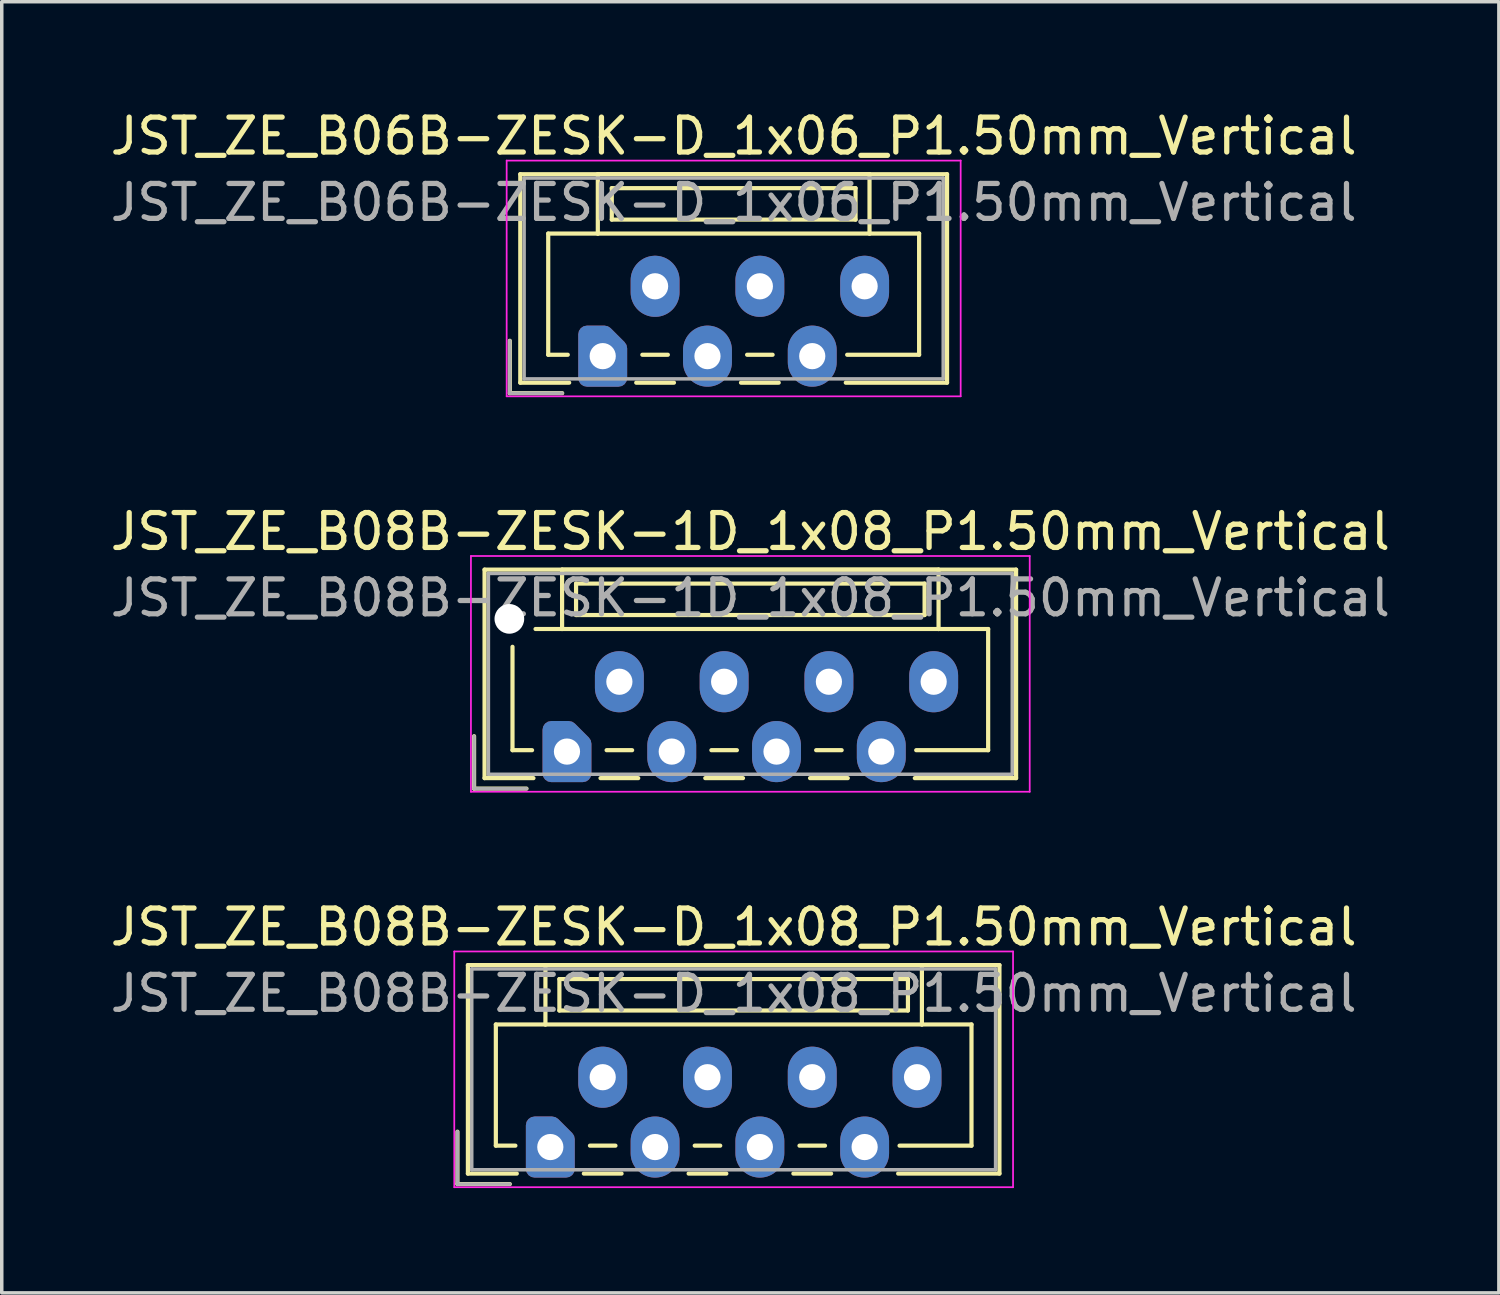
<source format=kicad_pcb>
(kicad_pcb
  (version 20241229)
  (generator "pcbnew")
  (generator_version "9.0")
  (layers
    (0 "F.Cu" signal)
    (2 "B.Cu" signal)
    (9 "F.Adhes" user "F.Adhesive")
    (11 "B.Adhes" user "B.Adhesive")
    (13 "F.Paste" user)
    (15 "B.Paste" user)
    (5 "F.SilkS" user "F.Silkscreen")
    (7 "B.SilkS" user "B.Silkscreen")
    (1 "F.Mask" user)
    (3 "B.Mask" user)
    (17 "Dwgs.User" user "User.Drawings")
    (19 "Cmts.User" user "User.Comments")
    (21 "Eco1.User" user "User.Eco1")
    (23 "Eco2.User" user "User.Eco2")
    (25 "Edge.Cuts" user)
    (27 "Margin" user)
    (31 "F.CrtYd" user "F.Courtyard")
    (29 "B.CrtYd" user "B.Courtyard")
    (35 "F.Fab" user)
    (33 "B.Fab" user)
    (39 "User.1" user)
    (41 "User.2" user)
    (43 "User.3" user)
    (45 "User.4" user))
  (footprint "JST_ZE_B08B-ZESK-D_1x08_P1.50mm_Vertical"
    (layer "F.Cu")
    (at 12.708 29.795)
    (property "Reference" "JST_ZE_B08B-ZESK-D_1x08_P1.50mm_Vertical" (at 5.25 -6.3 0) (layer "F.SilkS") (effects (font (size 1 1) (thickness 0.15))))
    (attr through_hole)
    (fp_line (start -2.66 -0.44) (end -2.66 1.06) (stroke (width 0.12) (type solid)) (layer "F.SilkS"))
    (fp_line (start -2.66 1.06) (end -1.16 1.06) (stroke (width 0.12) (type solid)) (layer "F.SilkS"))
    (fp_line (start -2.36 -5.21) (end 12.86 -5.21) (stroke (width 0.12) (type solid)) (layer "F.SilkS"))
    (fp_line (start -2.36 0.76) (end -2.36 -5.21) (stroke (width 0.12) (type solid)) (layer "F.SilkS"))
    (fp_line (start -1.56 -3.51) (end -1.56 -0.04) (stroke (width 0.12) (type solid)) (layer "F.SilkS"))
    (fp_line (start -1.56 -0.04) (end -1 -0.04) (stroke (width 0.12) (type solid)) (layer "F.SilkS"))
    (fp_line (start -0.96 0.76) (end -2.36 0.76) (stroke (width 0.12) (type solid)) (layer "F.SilkS"))
    (fp_line (start -0.14 -5.21) (end -0.14 -3.51) (stroke (width 0.12) (type solid)) (layer "F.SilkS"))
    (fp_line (start -0.14 -3.51) (end -1.56 -3.51) (stroke (width 0.12) (type solid)) (layer "F.SilkS"))
    (fp_line (start -0.14 -3.51) (end 10.64 -3.51) (stroke (width 0.12) (type solid)) (layer "F.SilkS"))
    (fp_line (start 0.26 -4.81) (end 0.26 -3.91) (stroke (width 0.12) (type solid)) (layer "F.SilkS"))
    (fp_line (start 0.26 -3.91) (end 10.24 -3.91) (stroke (width 0.12) (type solid)) (layer "F.SilkS"))
    (fp_line (start 0.96 0.76) (end 2.04 0.76) (stroke (width 0.12) (type solid)) (layer "F.SilkS"))
    (fp_line (start 1.135 -0.04) (end 1.865 -0.04) (stroke (width 0.12) (type solid)) (layer "F.SilkS"))
    (fp_line (start 3.96 0.76) (end 5.04 0.76) (stroke (width 0.12) (type solid)) (layer "F.SilkS"))
    (fp_line (start 4.135 -0.04) (end 4.865 -0.04) (stroke (width 0.12) (type solid)) (layer "F.SilkS"))
    (fp_line (start 6.96 0.76) (end 8.04 0.76) (stroke (width 0.12) (type solid)) (layer "F.SilkS"))
    (fp_line (start 7.135 -0.04) (end 7.865 -0.04) (stroke (width 0.12) (type solid)) (layer "F.SilkS"))
    (fp_line (start 10.24 -4.81) (end 0.26 -4.81) (stroke (width 0.12) (type solid)) (layer "F.SilkS"))
    (fp_line (start 10.24 -3.91) (end 10.24 -4.81) (stroke (width 0.12) (type solid)) (layer "F.SilkS"))
    (fp_line (start 10.64 -5.21) (end -0.14 -5.21) (stroke (width 0.12) (type solid)) (layer "F.SilkS"))
    (fp_line (start 10.64 -3.51) (end 10.64 -5.21) (stroke (width 0.12) (type solid)) (layer "F.SilkS"))
    (fp_line (start 10.64 -3.51) (end 12.06 -3.51) (stroke (width 0.12) (type solid)) (layer "F.SilkS"))
    (fp_line (start 12.06 -3.51) (end 12.06 -0.04) (stroke (width 0.12) (type solid)) (layer "F.SilkS"))
    (fp_line (start 12.06 -0.04) (end 10 -0.04) (stroke (width 0.12) (type solid)) (layer "F.SilkS"))
    (fp_line (start 12.86 -5.21) (end 12.86 0.76) (stroke (width 0.12) (type solid)) (layer "F.SilkS"))
    (fp_line (start 12.86 0.76) (end 9.96 0.76) (stroke (width 0.12) (type solid)) (layer "F.SilkS"))
    (fp_line (start -2.75 -5.6) (end -2.75 1.15) (stroke (width 0.05) (type solid)) (layer "F.CrtYd"))
    (fp_line (start -2.75 1.15) (end 13.25 1.15) (stroke (width 0.05) (type solid)) (layer "F.CrtYd"))
    (fp_line (start 13.25 -5.6) (end -2.75 -5.6) (stroke (width 0.05) (type solid)) (layer "F.CrtYd"))
    (fp_line (start 13.25 1.15) (end 13.25 -5.6) (stroke (width 0.05) (type solid)) (layer "F.CrtYd"))
    (fp_line (start -2.66 -0.44) (end -2.66 1.06) (stroke (width 0.1) (type solid)) (layer "F.Fab"))
    (fp_line (start -2.66 1.06) (end -1.16 1.06) (stroke (width 0.1) (type solid)) (layer "F.Fab"))
    (fp_line (start -2.25 -5.1) (end -2.25 0.65) (stroke (width 0.1) (type solid)) (layer "F.Fab"))
    (fp_line (start -2.25 0.65) (end 12.75 0.65) (stroke (width 0.1) (type solid)) (layer "F.Fab"))
    (fp_line (start 12.75 -5.1) (end -2.25 -5.1) (stroke (width 0.1) (type solid)) (layer "F.Fab"))
    (fp_line (start 12.75 0.65) (end 12.75 -5.1) (stroke (width 0.1) (type solid)) (layer "F.Fab"))
    (fp_text user "${REFERENCE}" (at 5.25 -4.4 0) (layer "F.Fab") (effects (font (size 1 1) (thickness 0.15))))
    (pad "1" thru_hole custom (at 0 0) (size 1.117 1.117) (drill 0.75) (layers "*.Cu" "*.Mask") (options (anchor circle)) (primitives (gr_poly (pts (xy 0.45 -0.225) (xy 0.45 0.625) (xy -0.45 0.625) (xy -0.45 -0.625) (xy 0.05 -0.625)) (width 0.5) (fill yes))))
    (pad "2" thru_hole oval (at 1.5 -2) (size 1.4 1.75) (drill 0.75) (layers "*.Cu" "*.Mask"))
    (pad "3" thru_hole oval (at 3 0) (size 1.4 1.75) (drill 0.75) (layers "*.Cu" "*.Mask"))
    (pad "4" thru_hole oval (at 4.5 -2) (size 1.4 1.75) (drill 0.75) (layers "*.Cu" "*.Mask"))
    (pad "5" thru_hole oval (at 6 0) (size 1.4 1.75) (drill 0.75) (layers "*.Cu" "*.Mask"))
    (pad "6" thru_hole oval (at 7.5 -2) (size 1.4 1.75) (drill 0.75) (layers "*.Cu" "*.Mask"))
    (pad "7" thru_hole oval (at 9 0) (size 1.4 1.75) (drill 0.75) (layers "*.Cu" "*.Mask"))
    (pad "8" thru_hole oval (at 10.5 -2) (size 1.4 1.75) (drill 0.75) (layers "*.Cu" "*.Mask")))
  (footprint "JST_ZE_B08B-ZESK-1D_1x08_P1.50mm_Vertical"
    (layer "F.Cu")
    (at 13.185 18.471)
    (property "Reference" "JST_ZE_B08B-ZESK-1D_1x08_P1.50mm_Vertical" (at 5.25 -6.3 0) (layer "F.SilkS") (effects (font (size 1 1) (thickness 0.15))))
    (attr through_hole)
    (fp_line (start -2.66 -0.44) (end -2.66 1.06) (stroke (width 0.12) (type solid)) (layer "F.SilkS"))
    (fp_line (start -2.66 1.06) (end -1.16 1.06) (stroke (width 0.12) (type solid)) (layer "F.SilkS"))
    (fp_line (start -2.36 -5.21) (end 12.86 -5.21) (stroke (width 0.12) (type solid)) (layer "F.SilkS"))
    (fp_line (start -2.36 0.76) (end -2.36 -5.21) (stroke (width 0.12) (type solid)) (layer "F.SilkS"))
    (fp_line (start -1.56 -3) (end -1.56 -0.04) (stroke (width 0.12) (type solid)) (layer "F.SilkS"))
    (fp_line (start -1.56 -0.04) (end -1 -0.04) (stroke (width 0.12) (type solid)) (layer "F.SilkS"))
    (fp_line (start -0.96 0.76) (end -2.36 0.76) (stroke (width 0.12) (type solid)) (layer "F.SilkS"))
    (fp_line (start -0.14 -5.21) (end -0.14 -3.51) (stroke (width 0.12) (type solid)) (layer "F.SilkS"))
    (fp_line (start -0.14 -3.51) (end -0.9 -3.51) (stroke (width 0.12) (type solid)) (layer "F.SilkS"))
    (fp_line (start -0.14 -3.51) (end 10.64 -3.51) (stroke (width 0.12) (type solid)) (layer "F.SilkS"))
    (fp_line (start 0.26 -4.81) (end 0.26 -3.91) (stroke (width 0.12) (type solid)) (layer "F.SilkS"))
    (fp_line (start 0.26 -3.91) (end 10.24 -3.91) (stroke (width 0.12) (type solid)) (layer "F.SilkS"))
    (fp_line (start 0.96 0.76) (end 2.04 0.76) (stroke (width 0.12) (type solid)) (layer "F.SilkS"))
    (fp_line (start 1.135 -0.04) (end 1.865 -0.04) (stroke (width 0.12) (type solid)) (layer "F.SilkS"))
    (fp_line (start 3.96 0.76) (end 5.04 0.76) (stroke (width 0.12) (type solid)) (layer "F.SilkS"))
    (fp_line (start 4.135 -0.04) (end 4.865 -0.04) (stroke (width 0.12) (type solid)) (layer "F.SilkS"))
    (fp_line (start 6.96 0.76) (end 8.04 0.76) (stroke (width 0.12) (type solid)) (layer "F.SilkS"))
    (fp_line (start 7.135 -0.04) (end 7.865 -0.04) (stroke (width 0.12) (type solid)) (layer "F.SilkS"))
    (fp_line (start 10.24 -4.81) (end 0.26 -4.81) (stroke (width 0.12) (type solid)) (layer "F.SilkS"))
    (fp_line (start 10.24 -3.91) (end 10.24 -4.81) (stroke (width 0.12) (type solid)) (layer "F.SilkS"))
    (fp_line (start 10.64 -5.21) (end -0.14 -5.21) (stroke (width 0.12) (type solid)) (layer "F.SilkS"))
    (fp_line (start 10.64 -3.51) (end 10.64 -5.21) (stroke (width 0.12) (type solid)) (layer "F.SilkS"))
    (fp_line (start 10.64 -3.51) (end 12.06 -3.51) (stroke (width 0.12) (type solid)) (layer "F.SilkS"))
    (fp_line (start 12.06 -3.51) (end 12.06 -0.04) (stroke (width 0.12) (type solid)) (layer "F.SilkS"))
    (fp_line (start 12.06 -0.04) (end 10 -0.04) (stroke (width 0.12) (type solid)) (layer "F.SilkS"))
    (fp_line (start 12.86 -5.21) (end 12.86 0.76) (stroke (width 0.12) (type solid)) (layer "F.SilkS"))
    (fp_line (start 12.86 0.76) (end 9.96 0.76) (stroke (width 0.12) (type solid)) (layer "F.SilkS"))
    (fp_line (start -2.75 -5.6) (end -2.75 1.15) (stroke (width 0.05) (type solid)) (layer "F.CrtYd"))
    (fp_line (start -2.75 1.15) (end 13.25 1.15) (stroke (width 0.05) (type solid)) (layer "F.CrtYd"))
    (fp_line (start 13.25 -5.6) (end -2.75 -5.6) (stroke (width 0.05) (type solid)) (layer "F.CrtYd"))
    (fp_line (start 13.25 1.15) (end 13.25 -5.6) (stroke (width 0.05) (type solid)) (layer "F.CrtYd"))
    (fp_line (start -2.66 -0.44) (end -2.66 1.06) (stroke (width 0.1) (type solid)) (layer "F.Fab"))
    (fp_line (start -2.66 1.06) (end -1.16 1.06) (stroke (width 0.1) (type solid)) (layer "F.Fab"))
    (fp_line (start -2.25 -5.1) (end -2.25 0.65) (stroke (width 0.1) (type solid)) (layer "F.Fab"))
    (fp_line (start -2.25 0.65) (end 12.75 0.65) (stroke (width 0.1) (type solid)) (layer "F.Fab"))
    (fp_line (start 12.75 -5.1) (end -2.25 -5.1) (stroke (width 0.1) (type solid)) (layer "F.Fab"))
    (fp_line (start 12.75 0.65) (end 12.75 -5.1) (stroke (width 0.1) (type solid)) (layer "F.Fab"))
    (fp_text user "${REFERENCE}" (at 5.25 -4.4 0) (layer "F.Fab") (effects (font (size 1 1) (thickness 0.15))))
    (pad "" np_thru_hole circle (at -1.65 -3.8) (size 0.85 0.85) (drill 0.85) (layers "*.Cu" "*.Mask"))
    (pad "1" thru_hole custom (at 0 0) (size 1.117 1.117) (drill 0.75) (layers "*.Cu" "*.Mask") (options (anchor circle)) (primitives (gr_poly (pts (xy 0.45 -0.225) (xy 0.45 0.625) (xy -0.45 0.625) (xy -0.45 -0.625) (xy 0.05 -0.625)) (width 0.5) (fill yes))))
    (pad "2" thru_hole oval (at 1.5 -2) (size 1.4 1.75) (drill 0.75) (layers "*.Cu" "*.Mask"))
    (pad "3" thru_hole oval (at 3 0) (size 1.4 1.75) (drill 0.75) (layers "*.Cu" "*.Mask"))
    (pad "4" thru_hole oval (at 4.5 -2) (size 1.4 1.75) (drill 0.75) (layers "*.Cu" "*.Mask"))
    (pad "5" thru_hole oval (at 6 0) (size 1.4 1.75) (drill 0.75) (layers "*.Cu" "*.Mask"))
    (pad "6" thru_hole oval (at 7.5 -2) (size 1.4 1.75) (drill 0.75) (layers "*.Cu" "*.Mask"))
    (pad "7" thru_hole oval (at 9 0) (size 1.4 1.75) (drill 0.75) (layers "*.Cu" "*.Mask"))
    (pad "8" thru_hole oval (at 10.5 -2) (size 1.4 1.75) (drill 0.75) (layers "*.Cu" "*.Mask")))
  (footprint "JST_ZE_B06B-ZESK-D_1x06_P1.50mm_Vertical"
    (layer "F.Cu")
    (at 14.208 7.148)
    (property "Reference" "JST_ZE_B06B-ZESK-D_1x06_P1.50mm_Vertical" (at 3.75 -6.3 0) (layer "F.SilkS") (effects (font (size 1 1) (thickness 0.15))))
    (attr through_hole)
    (fp_line (start -2.66 -0.44) (end -2.66 1.06) (stroke (width 0.12) (type solid)) (layer "F.SilkS"))
    (fp_line (start -2.66 1.06) (end -1.16 1.06) (stroke (width 0.12) (type solid)) (layer "F.SilkS"))
    (fp_line (start -2.36 -5.21) (end 9.86 -5.21) (stroke (width 0.12) (type solid)) (layer "F.SilkS"))
    (fp_line (start -2.36 0.76) (end -2.36 -5.21) (stroke (width 0.12) (type solid)) (layer "F.SilkS"))
    (fp_line (start -1.56 -3.51) (end -1.56 -0.04) (stroke (width 0.12) (type solid)) (layer "F.SilkS"))
    (fp_line (start -1.56 -0.04) (end -1 -0.04) (stroke (width 0.12) (type solid)) (layer "F.SilkS"))
    (fp_line (start -0.96 0.76) (end -2.36 0.76) (stroke (width 0.12) (type solid)) (layer "F.SilkS"))
    (fp_line (start -0.14 -5.21) (end -0.14 -3.51) (stroke (width 0.12) (type solid)) (layer "F.SilkS"))
    (fp_line (start -0.14 -3.51) (end -1.56 -3.51) (stroke (width 0.12) (type solid)) (layer "F.SilkS"))
    (fp_line (start -0.14 -3.51) (end 7.64 -3.51) (stroke (width 0.12) (type solid)) (layer "F.SilkS"))
    (fp_line (start 0.26 -4.81) (end 0.26 -3.91) (stroke (width 0.12) (type solid)) (layer "F.SilkS"))
    (fp_line (start 0.26 -3.91) (end 7.24 -3.91) (stroke (width 0.12) (type solid)) (layer "F.SilkS"))
    (fp_line (start 0.96 0.76) (end 2.04 0.76) (stroke (width 0.12) (type solid)) (layer "F.SilkS"))
    (fp_line (start 1.135 -0.04) (end 1.865 -0.04) (stroke (width 0.12) (type solid)) (layer "F.SilkS"))
    (fp_line (start 3.96 0.76) (end 5.04 0.76) (stroke (width 0.12) (type solid)) (layer "F.SilkS"))
    (fp_line (start 4.135 -0.04) (end 4.865 -0.04) (stroke (width 0.12) (type solid)) (layer "F.SilkS"))
    (fp_line (start 7.24 -4.81) (end 0.26 -4.81) (stroke (width 0.12) (type solid)) (layer "F.SilkS"))
    (fp_line (start 7.24 -3.91) (end 7.24 -4.81) (stroke (width 0.12) (type solid)) (layer "F.SilkS"))
    (fp_line (start 7.64 -5.21) (end -0.14 -5.21) (stroke (width 0.12) (type solid)) (layer "F.SilkS"))
    (fp_line (start 7.64 -3.51) (end 7.64 -5.21) (stroke (width 0.12) (type solid)) (layer "F.SilkS"))
    (fp_line (start 7.64 -3.51) (end 9.06 -3.51) (stroke (width 0.12) (type solid)) (layer "F.SilkS"))
    (fp_line (start 9.06 -3.51) (end 9.06 -0.04) (stroke (width 0.12) (type solid)) (layer "F.SilkS"))
    (fp_line (start 9.06 -0.04) (end 7 -0.04) (stroke (width 0.12) (type solid)) (layer "F.SilkS"))
    (fp_line (start 9.86 -5.21) (end 9.86 0.76) (stroke (width 0.12) (type solid)) (layer "F.SilkS"))
    (fp_line (start 9.86 0.76) (end 6.96 0.76) (stroke (width 0.12) (type solid)) (layer "F.SilkS"))
    (fp_line (start -2.75 -5.6) (end -2.75 1.15) (stroke (width 0.05) (type solid)) (layer "F.CrtYd"))
    (fp_line (start -2.75 1.15) (end 10.25 1.15) (stroke (width 0.05) (type solid)) (layer "F.CrtYd"))
    (fp_line (start 10.25 -5.6) (end -2.75 -5.6) (stroke (width 0.05) (type solid)) (layer "F.CrtYd"))
    (fp_line (start 10.25 1.15) (end 10.25 -5.6) (stroke (width 0.05) (type solid)) (layer "F.CrtYd"))
    (fp_line (start -2.66 -0.44) (end -2.66 1.06) (stroke (width 0.1) (type solid)) (layer "F.Fab"))
    (fp_line (start -2.66 1.06) (end -1.16 1.06) (stroke (width 0.1) (type solid)) (layer "F.Fab"))
    (fp_line (start -2.25 -5.1) (end -2.25 0.65) (stroke (width 0.1) (type solid)) (layer "F.Fab"))
    (fp_line (start -2.25 0.65) (end 9.75 0.65) (stroke (width 0.1) (type solid)) (layer "F.Fab"))
    (fp_line (start 9.75 -5.1) (end -2.25 -5.1) (stroke (width 0.1) (type solid)) (layer "F.Fab"))
    (fp_line (start 9.75 0.65) (end 9.75 -5.1) (stroke (width 0.1) (type solid)) (layer "F.Fab"))
    (fp_text user "${REFERENCE}" (at 3.75 -4.4 0) (layer "F.Fab") (effects (font (size 1 1) (thickness 0.15))))
    (pad "1" thru_hole custom (at 0 0) (size 1.117 1.117) (drill 0.75) (layers "*.Cu" "*.Mask") (options (anchor circle)) (primitives (gr_poly (pts (xy 0.45 -0.225) (xy 0.45 0.625) (xy -0.45 0.625) (xy -0.45 -0.625) (xy 0.05 -0.625)) (width 0.5) (fill yes))))
    (pad "2" thru_hole oval (at 1.5 -2) (size 1.4 1.75) (drill 0.75) (layers "*.Cu" "*.Mask"))
    (pad "3" thru_hole oval (at 3 0) (size 1.4 1.75) (drill 0.75) (layers "*.Cu" "*.Mask"))
    (pad "4" thru_hole oval (at 4.5 -2) (size 1.4 1.75) (drill 0.75) (layers "*.Cu" "*.Mask"))
    (pad "5" thru_hole oval (at 6 0) (size 1.4 1.75) (drill 0.75) (layers "*.Cu" "*.Mask"))
    (pad "6" thru_hole oval (at 7.5 -2) (size 1.4 1.75) (drill 0.75) (layers "*.Cu" "*.Mask")))
  (gr_rect
    (start -3 -3)
    (end 39.869 33.97)
    (stroke (width 0.1) (type default))
    (fill no)
    (layer "Edge.Cuts")))
</source>
